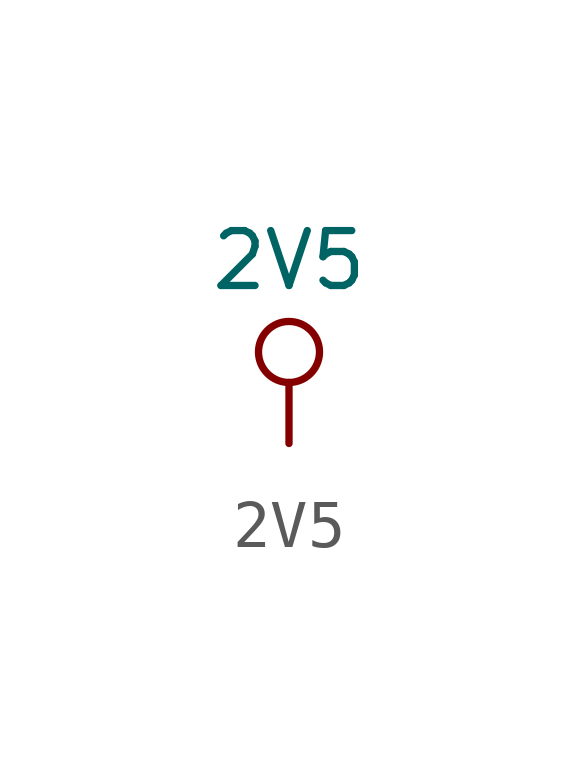
<source format=kicad_sym>
(kicad_symbol_lib
  (version 20211014)
  (generator kicad_symbol_editor)
  (symbol "2V5"
    (power)
    (pin_names
      (offset 0))
    (property "Reference" "#PWR"
      (at 0 -3.81 0)
      (effects (font (size 1.27 1.27)) hide))
    (property "Value" "2V5"
      (at 0 3.81 0)
      (effects (font (size 1.143 1.143))))
    (property "Footprint" ""
      (at 0 0 0)
      (effects (font (size 1.27 1.27))))
    (property "Datasheet" ""
      (at 0 0 0)
      (effects (font (size 1.27 1.27))))
    (symbol "2V5_0_1"
      (polyline (pts (xy 0 0) (xy 0 1.27)) (stroke (width 0) (type default) (color 0 0 0 0)) (fill (type none)))
      (circle (center 0 1.905) (radius 0.635) (stroke (width 0) (type default) (color 0 0 0 0)) (fill (type none))))
    (symbol "2V5_1_1"
      (pin power_in line (at 0 0 90) (length 0) hide (name "VCC" (effects (font (size 1.27 1.27)))) (number "1" (effects (font (size 1.27 1.27))))))))
</source>
